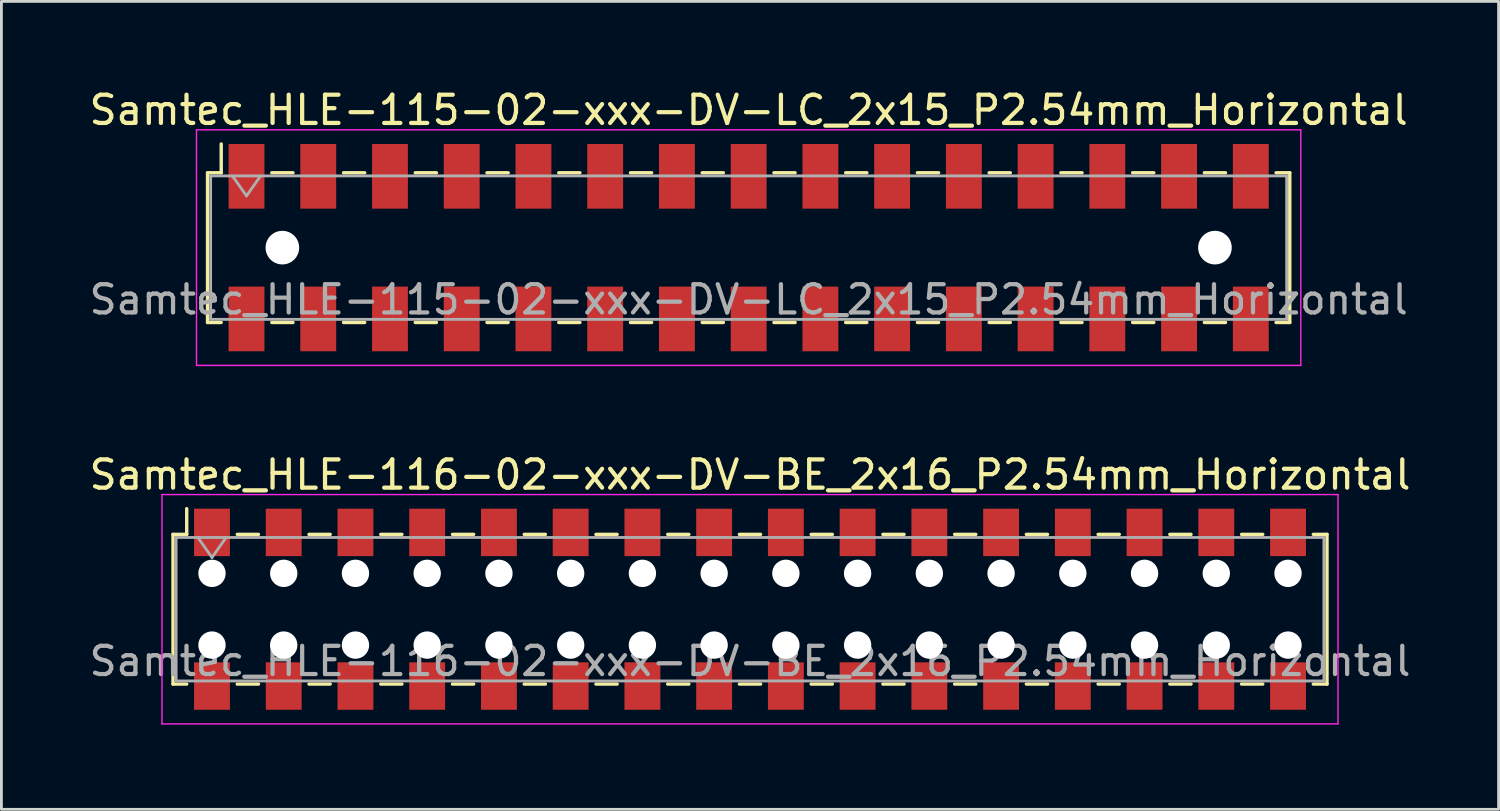
<source format=kicad_pcb>
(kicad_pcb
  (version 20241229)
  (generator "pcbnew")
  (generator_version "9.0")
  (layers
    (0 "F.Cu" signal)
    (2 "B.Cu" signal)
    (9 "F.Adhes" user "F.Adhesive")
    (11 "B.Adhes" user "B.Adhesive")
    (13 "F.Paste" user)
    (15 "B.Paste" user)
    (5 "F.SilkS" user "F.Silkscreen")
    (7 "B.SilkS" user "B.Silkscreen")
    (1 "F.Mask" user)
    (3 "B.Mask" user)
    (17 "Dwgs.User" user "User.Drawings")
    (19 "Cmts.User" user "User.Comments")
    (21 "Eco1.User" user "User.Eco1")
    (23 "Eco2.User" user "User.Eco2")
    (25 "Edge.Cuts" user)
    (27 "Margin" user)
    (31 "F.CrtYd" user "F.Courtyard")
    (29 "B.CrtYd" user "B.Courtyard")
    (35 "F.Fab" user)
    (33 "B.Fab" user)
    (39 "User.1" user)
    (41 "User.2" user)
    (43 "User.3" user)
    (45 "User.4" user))
  (footprint "Samtec_HLE-115-02-xxx-DV-LC_2x15_P2.54mm_Horizontal"
    (layer "F.Cu")
    (at 23.458 5.718)
    (property "Reference" "Samtec_HLE-115-02-xxx-DV-LC_2x15_P2.54mm_Horizontal" (at 0 -4.87 0) (layer "F.SilkS") (effects (font (size 1 1) (thickness 0.15))))
    (attr smd)
    (fp_line (start -19.16 -2.65) (end -19.16 2.65) (stroke (width 0.12) (type solid)) (layer "F.SilkS"))
    (fp_line (start -19.16 2.65) (end -18.675 2.65) (stroke (width 0.12) (type solid)) (layer "F.SilkS"))
    (fp_line (start -18.675 -3.67) (end -18.675 -2.65) (stroke (width 0.12) (type solid)) (layer "F.SilkS"))
    (fp_line (start -18.675 -2.65) (end -19.16 -2.65) (stroke (width 0.12) (type solid)) (layer "F.SilkS"))
    (fp_line (start -16.885 -2.65) (end -16.135 -2.65) (stroke (width 0.12) (type solid)) (layer "F.SilkS"))
    (fp_line (start -16.885 2.65) (end -16.135 2.65) (stroke (width 0.12) (type solid)) (layer "F.SilkS"))
    (fp_line (start -14.345 -2.65) (end -13.595 -2.65) (stroke (width 0.12) (type solid)) (layer "F.SilkS"))
    (fp_line (start -14.345 2.65) (end -13.595 2.65) (stroke (width 0.12) (type solid)) (layer "F.SilkS"))
    (fp_line (start -11.805 -2.65) (end -11.055 -2.65) (stroke (width 0.12) (type solid)) (layer "F.SilkS"))
    (fp_line (start -11.805 2.65) (end -11.055 2.65) (stroke (width 0.12) (type solid)) (layer "F.SilkS"))
    (fp_line (start -9.265 -2.65) (end -8.515 -2.65) (stroke (width 0.12) (type solid)) (layer "F.SilkS"))
    (fp_line (start -9.265 2.65) (end -8.515 2.65) (stroke (width 0.12) (type solid)) (layer "F.SilkS"))
    (fp_line (start -6.725 -2.65) (end -5.975 -2.65) (stroke (width 0.12) (type solid)) (layer "F.SilkS"))
    (fp_line (start -6.725 2.65) (end -5.975 2.65) (stroke (width 0.12) (type solid)) (layer "F.SilkS"))
    (fp_line (start -4.185 -2.65) (end -3.435 -2.65) (stroke (width 0.12) (type solid)) (layer "F.SilkS"))
    (fp_line (start -4.185 2.65) (end -3.435 2.65) (stroke (width 0.12) (type solid)) (layer "F.SilkS"))
    (fp_line (start -1.645 -2.65) (end -0.895 -2.65) (stroke (width 0.12) (type solid)) (layer "F.SilkS"))
    (fp_line (start -1.645 2.65) (end -0.895 2.65) (stroke (width 0.12) (type solid)) (layer "F.SilkS"))
    (fp_line (start 0.895 -2.65) (end 1.645 -2.65) (stroke (width 0.12) (type solid)) (layer "F.SilkS"))
    (fp_line (start 0.895 2.65) (end 1.645 2.65) (stroke (width 0.12) (type solid)) (layer "F.SilkS"))
    (fp_line (start 3.435 -2.65) (end 4.185 -2.65) (stroke (width 0.12) (type solid)) (layer "F.SilkS"))
    (fp_line (start 3.435 2.65) (end 4.185 2.65) (stroke (width 0.12) (type solid)) (layer "F.SilkS"))
    (fp_line (start 5.975 -2.65) (end 6.725 -2.65) (stroke (width 0.12) (type solid)) (layer "F.SilkS"))
    (fp_line (start 5.975 2.65) (end 6.725 2.65) (stroke (width 0.12) (type solid)) (layer "F.SilkS"))
    (fp_line (start 8.515 -2.65) (end 9.265 -2.65) (stroke (width 0.12) (type solid)) (layer "F.SilkS"))
    (fp_line (start 8.515 2.65) (end 9.265 2.65) (stroke (width 0.12) (type solid)) (layer "F.SilkS"))
    (fp_line (start 11.055 -2.65) (end 11.805 -2.65) (stroke (width 0.12) (type solid)) (layer "F.SilkS"))
    (fp_line (start 11.055 2.65) (end 11.805 2.65) (stroke (width 0.12) (type solid)) (layer "F.SilkS"))
    (fp_line (start 13.595 -2.65) (end 14.345 -2.65) (stroke (width 0.12) (type solid)) (layer "F.SilkS"))
    (fp_line (start 13.595 2.65) (end 14.345 2.65) (stroke (width 0.12) (type solid)) (layer "F.SilkS"))
    (fp_line (start 16.135 -2.65) (end 16.885 -2.65) (stroke (width 0.12) (type solid)) (layer "F.SilkS"))
    (fp_line (start 16.135 2.65) (end 16.885 2.65) (stroke (width 0.12) (type solid)) (layer "F.SilkS"))
    (fp_line (start 18.675 -2.65) (end 19.16 -2.65) (stroke (width 0.12) (type solid)) (layer "F.SilkS"))
    (fp_line (start 19.16 -2.65) (end 19.16 2.65) (stroke (width 0.12) (type solid)) (layer "F.SilkS"))
    (fp_line (start 19.16 2.65) (end 18.675 2.65) (stroke (width 0.12) (type solid)) (layer "F.SilkS"))
    (fp_line (start -19.55 -4.17) (end 19.55 -4.17) (stroke (width 0.05) (type solid)) (layer "F.CrtYd"))
    (fp_line (start -19.55 4.17) (end -19.55 -4.17) (stroke (width 0.05) (type solid)) (layer "F.CrtYd"))
    (fp_line (start 19.55 -4.17) (end 19.55 4.17) (stroke (width 0.05) (type solid)) (layer "F.CrtYd"))
    (fp_line (start 19.55 4.17) (end -19.55 4.17) (stroke (width 0.05) (type solid)) (layer "F.CrtYd"))
    (fp_line (start -19.05 -2.54) (end 19.05 -2.54) (stroke (width 0.1) (type solid)) (layer "F.Fab"))
    (fp_line (start -19.05 2.54) (end -19.05 -2.54) (stroke (width 0.1) (type solid)) (layer "F.Fab"))
    (fp_line (start -18.28 -2.54) (end -17.78 -1.833) (stroke (width 0.1) (type solid)) (layer "F.Fab"))
    (fp_line (start -17.78 -1.833) (end -17.28 -2.54) (stroke (width 0.1) (type solid)) (layer "F.Fab"))
    (fp_line (start 19.05 -2.54) (end 19.05 2.54) (stroke (width 0.1) (type solid)) (layer "F.Fab"))
    (fp_line (start 19.05 2.54) (end -19.05 2.54) (stroke (width 0.1) (type solid)) (layer "F.Fab"))
    (fp_text user "${REFERENCE}" (at 0 1.84 0) (layer "F.Fab") (effects (font (size 1 1) (thickness 0.15))))
    (pad "" np_thru_hole circle (at -16.51 0) (size 1.19 1.19) (drill 1.19) (layers "*.Cu" "*.Mask"))
    (pad "" np_thru_hole circle (at 16.51 0) (size 1.19 1.19) (drill 1.19) (layers "*.Cu" "*.Mask"))
    (pad "1" smd rect (at -17.78 -2.525) (size 1.27 2.29) (layers "F.Cu" "F.Mask" "F.Paste"))
    (pad "2" smd rect (at -17.78 2.525) (size 1.27 2.29) (layers "F.Cu" "F.Mask" "F.Paste"))
    (pad "3" smd rect (at -15.24 -2.525) (size 1.27 2.29) (layers "F.Cu" "F.Mask" "F.Paste"))
    (pad "4" smd rect (at -15.24 2.525) (size 1.27 2.29) (layers "F.Cu" "F.Mask" "F.Paste"))
    (pad "5" smd rect (at -12.7 -2.525) (size 1.27 2.29) (layers "F.Cu" "F.Mask" "F.Paste"))
    (pad "6" smd rect (at -12.7 2.525) (size 1.27 2.29) (layers "F.Cu" "F.Mask" "F.Paste"))
    (pad "7" smd rect (at -10.16 -2.525) (size 1.27 2.29) (layers "F.Cu" "F.Mask" "F.Paste"))
    (pad "8" smd rect (at -10.16 2.525) (size 1.27 2.29) (layers "F.Cu" "F.Mask" "F.Paste"))
    (pad "9" smd rect (at -7.62 -2.525) (size 1.27 2.29) (layers "F.Cu" "F.Mask" "F.Paste"))
    (pad "10" smd rect (at -7.62 2.525) (size 1.27 2.29) (layers "F.Cu" "F.Mask" "F.Paste"))
    (pad "11" smd rect (at -5.08 -2.525) (size 1.27 2.29) (layers "F.Cu" "F.Mask" "F.Paste"))
    (pad "12" smd rect (at -5.08 2.525) (size 1.27 2.29) (layers "F.Cu" "F.Mask" "F.Paste"))
    (pad "13" smd rect (at -2.54 -2.525) (size 1.27 2.29) (layers "F.Cu" "F.Mask" "F.Paste"))
    (pad "14" smd rect (at -2.54 2.525) (size 1.27 2.29) (layers "F.Cu" "F.Mask" "F.Paste"))
    (pad "15" smd rect (at 0 -2.525) (size 1.27 2.29) (layers "F.Cu" "F.Mask" "F.Paste"))
    (pad "16" smd rect (at 0 2.525) (size 1.27 2.29) (layers "F.Cu" "F.Mask" "F.Paste"))
    (pad "17" smd rect (at 2.54 -2.525) (size 1.27 2.29) (layers "F.Cu" "F.Mask" "F.Paste"))
    (pad "18" smd rect (at 2.54 2.525) (size 1.27 2.29) (layers "F.Cu" "F.Mask" "F.Paste"))
    (pad "19" smd rect (at 5.08 -2.525) (size 1.27 2.29) (layers "F.Cu" "F.Mask" "F.Paste"))
    (pad "20" smd rect (at 5.08 2.525) (size 1.27 2.29) (layers "F.Cu" "F.Mask" "F.Paste"))
    (pad "21" smd rect (at 7.62 -2.525) (size 1.27 2.29) (layers "F.Cu" "F.Mask" "F.Paste"))
    (pad "22" smd rect (at 7.62 2.525) (size 1.27 2.29) (layers "F.Cu" "F.Mask" "F.Paste"))
    (pad "23" smd rect (at 10.16 -2.525) (size 1.27 2.29) (layers "F.Cu" "F.Mask" "F.Paste"))
    (pad "24" smd rect (at 10.16 2.525) (size 1.27 2.29) (layers "F.Cu" "F.Mask" "F.Paste"))
    (pad "25" smd rect (at 12.7 -2.525) (size 1.27 2.29) (layers "F.Cu" "F.Mask" "F.Paste"))
    (pad "26" smd rect (at 12.7 2.525) (size 1.27 2.29) (layers "F.Cu" "F.Mask" "F.Paste"))
    (pad "27" smd rect (at 15.24 -2.525) (size 1.27 2.29) (layers "F.Cu" "F.Mask" "F.Paste"))
    (pad "28" smd rect (at 15.24 2.525) (size 1.27 2.29) (layers "F.Cu" "F.Mask" "F.Paste"))
    (pad "29" smd rect (at 17.78 -2.525) (size 1.27 2.29) (layers "F.Cu" "F.Mask" "F.Paste"))
    (pad "30" smd rect (at 17.78 2.525) (size 1.27 2.29) (layers "F.Cu" "F.Mask" "F.Paste")))
  (footprint "Samtec_HLE-116-02-xxx-DV-BE_2x16_P2.54mm_Horizontal"
    (layer "F.Cu")
    (at 23.506 18.521)
    (property "Reference" "Samtec_HLE-116-02-xxx-DV-BE_2x16_P2.54mm_Horizontal" (at 0 -4.76 0) (layer "F.SilkS") (effects (font (size 1 1) (thickness 0.15))))
    (attr smd)
    (fp_line (start -20.43 -2.65) (end -20.43 2.65) (stroke (width 0.12) (type solid)) (layer "F.SilkS"))
    (fp_line (start -20.43 2.65) (end -19.945 2.65) (stroke (width 0.12) (type solid)) (layer "F.SilkS"))
    (fp_line (start -19.945 -3.56) (end -19.945 -2.65) (stroke (width 0.12) (type solid)) (layer "F.SilkS"))
    (fp_line (start -19.945 -2.65) (end -20.43 -2.65) (stroke (width 0.12) (type solid)) (layer "F.SilkS"))
    (fp_line (start -18.155 -2.65) (end -17.405 -2.65) (stroke (width 0.12) (type solid)) (layer "F.SilkS"))
    (fp_line (start -18.155 2.65) (end -17.405 2.65) (stroke (width 0.12) (type solid)) (layer "F.SilkS"))
    (fp_line (start -15.615 -2.65) (end -14.865 -2.65) (stroke (width 0.12) (type solid)) (layer "F.SilkS"))
    (fp_line (start -15.615 2.65) (end -14.865 2.65) (stroke (width 0.12) (type solid)) (layer "F.SilkS"))
    (fp_line (start -13.075 -2.65) (end -12.325 -2.65) (stroke (width 0.12) (type solid)) (layer "F.SilkS"))
    (fp_line (start -13.075 2.65) (end -12.325 2.65) (stroke (width 0.12) (type solid)) (layer "F.SilkS"))
    (fp_line (start -10.535 -2.65) (end -9.785 -2.65) (stroke (width 0.12) (type solid)) (layer "F.SilkS"))
    (fp_line (start -10.535 2.65) (end -9.785 2.65) (stroke (width 0.12) (type solid)) (layer "F.SilkS"))
    (fp_line (start -7.995 -2.65) (end -7.245 -2.65) (stroke (width 0.12) (type solid)) (layer "F.SilkS"))
    (fp_line (start -7.995 2.65) (end -7.245 2.65) (stroke (width 0.12) (type solid)) (layer "F.SilkS"))
    (fp_line (start -5.455 -2.65) (end -4.705 -2.65) (stroke (width 0.12) (type solid)) (layer "F.SilkS"))
    (fp_line (start -5.455 2.65) (end -4.705 2.65) (stroke (width 0.12) (type solid)) (layer "F.SilkS"))
    (fp_line (start -2.915 -2.65) (end -2.165 -2.65) (stroke (width 0.12) (type solid)) (layer "F.SilkS"))
    (fp_line (start -2.915 2.65) (end -2.165 2.65) (stroke (width 0.12) (type solid)) (layer "F.SilkS"))
    (fp_line (start -0.375 -2.65) (end 0.375 -2.65) (stroke (width 0.12) (type solid)) (layer "F.SilkS"))
    (fp_line (start -0.375 2.65) (end 0.375 2.65) (stroke (width 0.12) (type solid)) (layer "F.SilkS"))
    (fp_line (start 2.165 -2.65) (end 2.915 -2.65) (stroke (width 0.12) (type solid)) (layer "F.SilkS"))
    (fp_line (start 2.165 2.65) (end 2.915 2.65) (stroke (width 0.12) (type solid)) (layer "F.SilkS"))
    (fp_line (start 4.705 -2.65) (end 5.455 -2.65) (stroke (width 0.12) (type solid)) (layer "F.SilkS"))
    (fp_line (start 4.705 2.65) (end 5.455 2.65) (stroke (width 0.12) (type solid)) (layer "F.SilkS"))
    (fp_line (start 7.245 -2.65) (end 7.995 -2.65) (stroke (width 0.12) (type solid)) (layer "F.SilkS"))
    (fp_line (start 7.245 2.65) (end 7.995 2.65) (stroke (width 0.12) (type solid)) (layer "F.SilkS"))
    (fp_line (start 9.785 -2.65) (end 10.535 -2.65) (stroke (width 0.12) (type solid)) (layer "F.SilkS"))
    (fp_line (start 9.785 2.65) (end 10.535 2.65) (stroke (width 0.12) (type solid)) (layer "F.SilkS"))
    (fp_line (start 12.325 -2.65) (end 13.075 -2.65) (stroke (width 0.12) (type solid)) (layer "F.SilkS"))
    (fp_line (start 12.325 2.65) (end 13.075 2.65) (stroke (width 0.12) (type solid)) (layer "F.SilkS"))
    (fp_line (start 14.865 -2.65) (end 15.615 -2.65) (stroke (width 0.12) (type solid)) (layer "F.SilkS"))
    (fp_line (start 14.865 2.65) (end 15.615 2.65) (stroke (width 0.12) (type solid)) (layer "F.SilkS"))
    (fp_line (start 17.405 -2.65) (end 18.155 -2.65) (stroke (width 0.12) (type solid)) (layer "F.SilkS"))
    (fp_line (start 17.405 2.65) (end 18.155 2.65) (stroke (width 0.12) (type solid)) (layer "F.SilkS"))
    (fp_line (start 19.945 -2.65) (end 20.43 -2.65) (stroke (width 0.12) (type solid)) (layer "F.SilkS"))
    (fp_line (start 20.43 -2.65) (end 20.43 2.65) (stroke (width 0.12) (type solid)) (layer "F.SilkS"))
    (fp_line (start 20.43 2.65) (end 19.945 2.65) (stroke (width 0.12) (type solid)) (layer "F.SilkS"))
    (fp_line (start -20.82 -4.06) (end 20.82 -4.06) (stroke (width 0.05) (type solid)) (layer "F.CrtYd"))
    (fp_line (start -20.82 4.06) (end -20.82 -4.06) (stroke (width 0.05) (type solid)) (layer "F.CrtYd"))
    (fp_line (start 20.82 -4.06) (end 20.82 4.06) (stroke (width 0.05) (type solid)) (layer "F.CrtYd"))
    (fp_line (start 20.82 4.06) (end -20.82 4.06) (stroke (width 0.05) (type solid)) (layer "F.CrtYd"))
    (fp_line (start -20.32 -2.54) (end 20.32 -2.54) (stroke (width 0.1) (type solid)) (layer "F.Fab"))
    (fp_line (start -20.32 2.54) (end -20.32 -2.54) (stroke (width 0.1) (type solid)) (layer "F.Fab"))
    (fp_line (start -19.55 -2.54) (end -19.05 -1.833) (stroke (width 0.1) (type solid)) (layer "F.Fab"))
    (fp_line (start -19.05 -1.833) (end -18.55 -2.54) (stroke (width 0.1) (type solid)) (layer "F.Fab"))
    (fp_line (start 20.32 -2.54) (end 20.32 2.54) (stroke (width 0.1) (type solid)) (layer "F.Fab"))
    (fp_line (start 20.32 2.54) (end -20.32 2.54) (stroke (width 0.1) (type solid)) (layer "F.Fab"))
    (fp_text user "${REFERENCE}" (at 0 1.84 0) (layer "F.Fab") (effects (font (size 1 1) (thickness 0.15))))
    (pad "" np_thru_hole circle (at -19.05 -1.27) (size 0.97 0.97) (drill 0.97) (layers "*.Cu" "*.Mask"))
    (pad "" np_thru_hole circle (at -19.05 1.27) (size 0.97 0.97) (drill 0.97) (layers "*.Cu" "*.Mask"))
    (pad "" np_thru_hole circle (at -16.51 -1.27) (size 0.97 0.97) (drill 0.97) (layers "*.Cu" "*.Mask"))
    (pad "" np_thru_hole circle (at -16.51 1.27) (size 0.97 0.97) (drill 0.97) (layers "*.Cu" "*.Mask"))
    (pad "" np_thru_hole circle (at -13.97 -1.27) (size 0.97 0.97) (drill 0.97) (layers "*.Cu" "*.Mask"))
    (pad "" np_thru_hole circle (at -13.97 1.27) (size 0.97 0.97) (drill 0.97) (layers "*.Cu" "*.Mask"))
    (pad "" np_thru_hole circle (at -11.43 -1.27) (size 0.97 0.97) (drill 0.97) (layers "*.Cu" "*.Mask"))
    (pad "" np_thru_hole circle (at -11.43 1.27) (size 0.97 0.97) (drill 0.97) (layers "*.Cu" "*.Mask"))
    (pad "" np_thru_hole circle (at -8.89 -1.27) (size 0.97 0.97) (drill 0.97) (layers "*.Cu" "*.Mask"))
    (pad "" np_thru_hole circle (at -8.89 1.27) (size 0.97 0.97) (drill 0.97) (layers "*.Cu" "*.Mask"))
    (pad "" np_thru_hole circle (at -6.35 -1.27) (size 0.97 0.97) (drill 0.97) (layers "*.Cu" "*.Mask"))
    (pad "" np_thru_hole circle (at -6.35 1.27) (size 0.97 0.97) (drill 0.97) (layers "*.Cu" "*.Mask"))
    (pad "" np_thru_hole circle (at -3.81 -1.27) (size 0.97 0.97) (drill 0.97) (layers "*.Cu" "*.Mask"))
    (pad "" np_thru_hole circle (at -3.81 1.27) (size 0.97 0.97) (drill 0.97) (layers "*.Cu" "*.Mask"))
    (pad "" np_thru_hole circle (at -1.27 -1.27) (size 0.97 0.97) (drill 0.97) (layers "*.Cu" "*.Mask"))
    (pad "" np_thru_hole circle (at -1.27 1.27) (size 0.97 0.97) (drill 0.97) (layers "*.Cu" "*.Mask"))
    (pad "" np_thru_hole circle (at 1.27 -1.27) (size 0.97 0.97) (drill 0.97) (layers "*.Cu" "*.Mask"))
    (pad "" np_thru_hole circle (at 1.27 1.27) (size 0.97 0.97) (drill 0.97) (layers "*.Cu" "*.Mask"))
    (pad "" np_thru_hole circle (at 3.81 -1.27) (size 0.97 0.97) (drill 0.97) (layers "*.Cu" "*.Mask"))
    (pad "" np_thru_hole circle (at 3.81 1.27) (size 0.97 0.97) (drill 0.97) (layers "*.Cu" "*.Mask"))
    (pad "" np_thru_hole circle (at 6.35 -1.27) (size 0.97 0.97) (drill 0.97) (layers "*.Cu" "*.Mask"))
    (pad "" np_thru_hole circle (at 6.35 1.27) (size 0.97 0.97) (drill 0.97) (layers "*.Cu" "*.Mask"))
    (pad "" np_thru_hole circle (at 8.89 -1.27) (size 0.97 0.97) (drill 0.97) (layers "*.Cu" "*.Mask"))
    (pad "" np_thru_hole circle (at 8.89 1.27) (size 0.97 0.97) (drill 0.97) (layers "*.Cu" "*.Mask"))
    (pad "" np_thru_hole circle (at 11.43 -1.27) (size 0.97 0.97) (drill 0.97) (layers "*.Cu" "*.Mask"))
    (pad "" np_thru_hole circle (at 11.43 1.27) (size 0.97 0.97) (drill 0.97) (layers "*.Cu" "*.Mask"))
    (pad "" np_thru_hole circle (at 13.97 -1.27) (size 0.97 0.97) (drill 0.97) (layers "*.Cu" "*.Mask"))
    (pad "" np_thru_hole circle (at 13.97 1.27) (size 0.97 0.97) (drill 0.97) (layers "*.Cu" "*.Mask"))
    (pad "" np_thru_hole circle (at 16.51 -1.27) (size 0.97 0.97) (drill 0.97) (layers "*.Cu" "*.Mask"))
    (pad "" np_thru_hole circle (at 16.51 1.27) (size 0.97 0.97) (drill 0.97) (layers "*.Cu" "*.Mask"))
    (pad "" np_thru_hole circle (at 19.05 -1.27) (size 0.97 0.97) (drill 0.97) (layers "*.Cu" "*.Mask"))
    (pad "" np_thru_hole circle (at 19.05 1.27) (size 0.97 0.97) (drill 0.97) (layers "*.Cu" "*.Mask"))
    (pad "1" smd rect (at -19.05 -2.72) (size 1.27 1.68) (layers "F.Cu" "F.Mask" "F.Paste"))
    (pad "2" smd rect (at -19.05 2.72) (size 1.27 1.68) (layers "F.Cu" "F.Mask" "F.Paste"))
    (pad "3" smd rect (at -16.51 -2.72) (size 1.27 1.68) (layers "F.Cu" "F.Mask" "F.Paste"))
    (pad "4" smd rect (at -16.51 2.72) (size 1.27 1.68) (layers "F.Cu" "F.Mask" "F.Paste"))
    (pad "5" smd rect (at -13.97 -2.72) (size 1.27 1.68) (layers "F.Cu" "F.Mask" "F.Paste"))
    (pad "6" smd rect (at -13.97 2.72) (size 1.27 1.68) (layers "F.Cu" "F.Mask" "F.Paste"))
    (pad "7" smd rect (at -11.43 -2.72) (size 1.27 1.68) (layers "F.Cu" "F.Mask" "F.Paste"))
    (pad "8" smd rect (at -11.43 2.72) (size 1.27 1.68) (layers "F.Cu" "F.Mask" "F.Paste"))
    (pad "9" smd rect (at -8.89 -2.72) (size 1.27 1.68) (layers "F.Cu" "F.Mask" "F.Paste"))
    (pad "10" smd rect (at -8.89 2.72) (size 1.27 1.68) (layers "F.Cu" "F.Mask" "F.Paste"))
    (pad "11" smd rect (at -6.35 -2.72) (size 1.27 1.68) (layers "F.Cu" "F.Mask" "F.Paste"))
    (pad "12" smd rect (at -6.35 2.72) (size 1.27 1.68) (layers "F.Cu" "F.Mask" "F.Paste"))
    (pad "13" smd rect (at -3.81 -2.72) (size 1.27 1.68) (layers "F.Cu" "F.Mask" "F.Paste"))
    (pad "14" smd rect (at -3.81 2.72) (size 1.27 1.68) (layers "F.Cu" "F.Mask" "F.Paste"))
    (pad "15" smd rect (at -1.27 -2.72) (size 1.27 1.68) (layers "F.Cu" "F.Mask" "F.Paste"))
    (pad "16" smd rect (at -1.27 2.72) (size 1.27 1.68) (layers "F.Cu" "F.Mask" "F.Paste"))
    (pad "17" smd rect (at 1.27 -2.72) (size 1.27 1.68) (layers "F.Cu" "F.Mask" "F.Paste"))
    (pad "18" smd rect (at 1.27 2.72) (size 1.27 1.68) (layers "F.Cu" "F.Mask" "F.Paste"))
    (pad "19" smd rect (at 3.81 -2.72) (size 1.27 1.68) (layers "F.Cu" "F.Mask" "F.Paste"))
    (pad "20" smd rect (at 3.81 2.72) (size 1.27 1.68) (layers "F.Cu" "F.Mask" "F.Paste"))
    (pad "21" smd rect (at 6.35 -2.72) (size 1.27 1.68) (layers "F.Cu" "F.Mask" "F.Paste"))
    (pad "22" smd rect (at 6.35 2.72) (size 1.27 1.68) (layers "F.Cu" "F.Mask" "F.Paste"))
    (pad "23" smd rect (at 8.89 -2.72) (size 1.27 1.68) (layers "F.Cu" "F.Mask" "F.Paste"))
    (pad "24" smd rect (at 8.89 2.72) (size 1.27 1.68) (layers "F.Cu" "F.Mask" "F.Paste"))
    (pad "25" smd rect (at 11.43 -2.72) (size 1.27 1.68) (layers "F.Cu" "F.Mask" "F.Paste"))
    (pad "26" smd rect (at 11.43 2.72) (size 1.27 1.68) (layers "F.Cu" "F.Mask" "F.Paste"))
    (pad "27" smd rect (at 13.97 -2.72) (size 1.27 1.68) (layers "F.Cu" "F.Mask" "F.Paste"))
    (pad "28" smd rect (at 13.97 2.72) (size 1.27 1.68) (layers "F.Cu" "F.Mask" "F.Paste"))
    (pad "29" smd rect (at 16.51 -2.72) (size 1.27 1.68) (layers "F.Cu" "F.Mask" "F.Paste"))
    (pad "30" smd rect (at 16.51 2.72) (size 1.27 1.68) (layers "F.Cu" "F.Mask" "F.Paste"))
    (pad "31" smd rect (at 19.05 -2.72) (size 1.27 1.68) (layers "F.Cu" "F.Mask" "F.Paste"))
    (pad "32" smd rect (at 19.05 2.72) (size 1.27 1.68) (layers "F.Cu" "F.Mask" "F.Paste")))
  (gr_rect
    (start -3 -3)
    (end 50.012 25.607)
    (stroke (width 0.1) (type default))
    (fill no)
    (layer "Edge.Cuts")))
</source>
